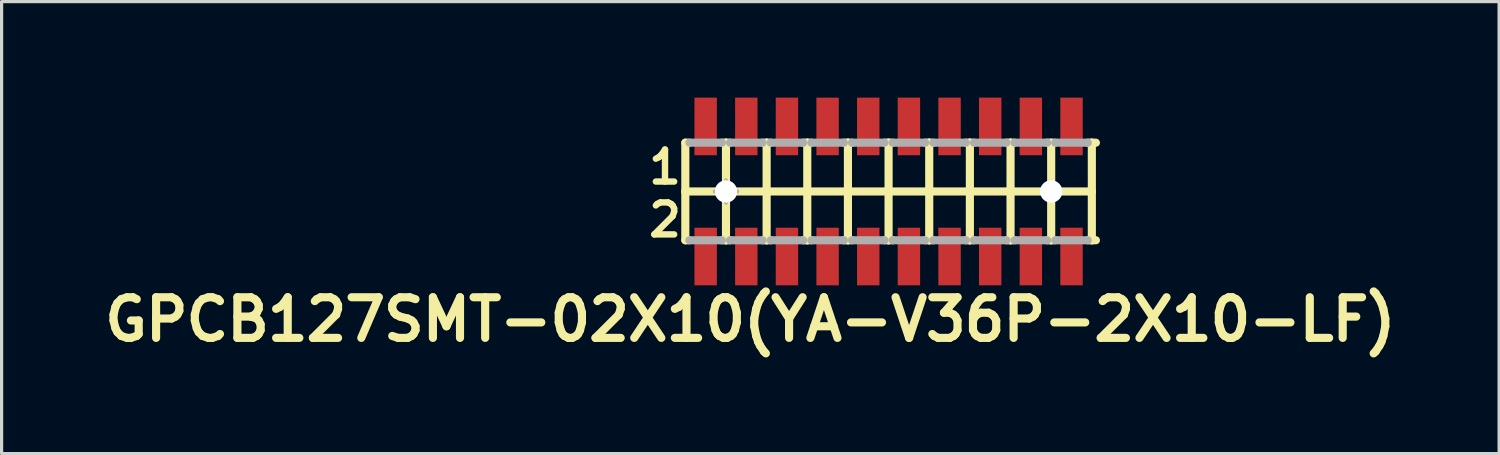
<source format=kicad_pcb>
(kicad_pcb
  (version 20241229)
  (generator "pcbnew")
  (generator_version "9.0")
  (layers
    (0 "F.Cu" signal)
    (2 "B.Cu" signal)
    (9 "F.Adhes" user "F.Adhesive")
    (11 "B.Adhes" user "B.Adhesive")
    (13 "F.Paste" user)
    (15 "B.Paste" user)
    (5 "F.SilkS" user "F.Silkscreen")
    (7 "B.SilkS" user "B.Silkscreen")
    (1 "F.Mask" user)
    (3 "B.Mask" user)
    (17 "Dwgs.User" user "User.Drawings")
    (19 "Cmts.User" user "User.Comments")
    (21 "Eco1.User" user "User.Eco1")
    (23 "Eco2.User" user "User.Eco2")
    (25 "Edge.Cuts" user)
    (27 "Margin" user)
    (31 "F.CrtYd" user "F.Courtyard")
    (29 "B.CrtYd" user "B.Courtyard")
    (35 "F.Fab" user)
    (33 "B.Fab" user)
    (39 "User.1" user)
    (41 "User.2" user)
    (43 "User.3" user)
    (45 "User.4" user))
  (footprint "GPCB127SMT-02X10(YA-V36P-2X10-LF)"
    (layer "F.Cu")
    (at 24.711 2.932)
    (property "Reference" "GPCB127SMT-02X10(YA-V36P-2X10-LF)" (at -4.318 4 0) (layer "F.SilkS") (effects (font (size 1.27 1.27) (thickness 0.254))))
    (attr smd)
    (fp_line (start -6.35 -1.524) (end -6.35 0) (stroke (width 0.254) (type solid)) (layer "F.SilkS"))
    (fp_line (start -6.35 0) (end -6.35 1.524) (stroke (width 0.254) (type solid)) (layer "F.SilkS"))
    (fp_line (start -6.35 0) (end -5.08 0) (stroke (width 0.254) (type solid)) (layer "F.SilkS"))
    (fp_line (start -6.35 1.524) (end -6.223 1.524) (stroke (width 0.254) (type solid)) (layer "F.SilkS"))
    (fp_line (start -6.223 -1.524) (end -6.35 -1.524) (stroke (width 0.254) (type solid)) (layer "F.SilkS"))
    (fp_line (start -5.207 -1.524) (end -5.08 -1.524) (stroke (width 0.254) (type solid)) (layer "F.SilkS"))
    (fp_line (start -5.207 1.524) (end -5.08 1.524) (stroke (width 0.254) (type solid)) (layer "F.SilkS"))
    (fp_line (start -5.08 -1.524) (end -4.953 -1.524) (stroke (width 0.254) (type solid)) (layer "F.SilkS"))
    (fp_line (start -5.08 0) (end -5.08 -1.524) (stroke (width 0.254) (type solid)) (layer "F.SilkS"))
    (fp_line (start -5.08 0) (end -3.81 0) (stroke (width 0.254) (type solid)) (layer "F.SilkS"))
    (fp_line (start -5.08 1.524) (end -5.08 0) (stroke (width 0.254) (type solid)) (layer "F.SilkS"))
    (fp_line (start -5.08 1.524) (end -4.953 1.524) (stroke (width 0.254) (type solid)) (layer "F.SilkS"))
    (fp_line (start -3.937 -1.524) (end -3.81 -1.524) (stroke (width 0.254) (type solid)) (layer "F.SilkS"))
    (fp_line (start -3.937 1.524) (end -3.81 1.524) (stroke (width 0.254) (type solid)) (layer "F.SilkS"))
    (fp_line (start -3.81 -1.524) (end -3.683 -1.524) (stroke (width 0.254) (type solid)) (layer "F.SilkS"))
    (fp_line (start -3.81 0) (end -3.81 -1.524) (stroke (width 0.254) (type solid)) (layer "F.SilkS"))
    (fp_line (start -3.81 0) (end -2.54 0) (stroke (width 0.254) (type solid)) (layer "F.SilkS"))
    (fp_line (start -3.81 1.524) (end -3.81 0) (stroke (width 0.254) (type solid)) (layer "F.SilkS"))
    (fp_line (start -3.81 1.524) (end -3.683 1.524) (stroke (width 0.254) (type solid)) (layer "F.SilkS"))
    (fp_line (start -2.667 -1.524) (end -2.54 -1.524) (stroke (width 0.254) (type solid)) (layer "F.SilkS"))
    (fp_line (start -2.667 1.524) (end -2.54 1.524) (stroke (width 0.254) (type solid)) (layer "F.SilkS"))
    (fp_line (start -2.54 -1.524) (end -2.413 -1.524) (stroke (width 0.254) (type solid)) (layer "F.SilkS"))
    (fp_line (start -2.54 0) (end -2.54 -1.524) (stroke (width 0.254) (type solid)) (layer "F.SilkS"))
    (fp_line (start -2.54 0) (end -1.27 0) (stroke (width 0.254) (type solid)) (layer "F.SilkS"))
    (fp_line (start -2.54 1.524) (end -2.54 0) (stroke (width 0.254) (type solid)) (layer "F.SilkS"))
    (fp_line (start -2.54 1.524) (end -2.413 1.524) (stroke (width 0.254) (type solid)) (layer "F.SilkS"))
    (fp_line (start -1.397 -1.524) (end -1.27 -1.524) (stroke (width 0.254) (type solid)) (layer "F.SilkS"))
    (fp_line (start -1.397 1.524) (end -1.27 1.524) (stroke (width 0.254) (type solid)) (layer "F.SilkS"))
    (fp_line (start -1.27 -1.524) (end -1.143 -1.524) (stroke (width 0.254) (type solid)) (layer "F.SilkS"))
    (fp_line (start -1.27 0) (end -1.27 -1.524) (stroke (width 0.254) (type solid)) (layer "F.SilkS"))
    (fp_line (start -1.27 0) (end 0 0) (stroke (width 0.254) (type solid)) (layer "F.SilkS"))
    (fp_line (start -1.27 1.524) (end -1.27 0) (stroke (width 0.254) (type solid)) (layer "F.SilkS"))
    (fp_line (start -1.27 1.524) (end -1.143 1.524) (stroke (width 0.254) (type solid)) (layer "F.SilkS"))
    (fp_line (start -0.127 -1.524) (end 0 -1.524) (stroke (width 0.254) (type solid)) (layer "F.SilkS"))
    (fp_line (start -0.127 1.524) (end 0 1.524) (stroke (width 0.254) (type solid)) (layer "F.SilkS"))
    (fp_line (start 0 -1.524) (end 0.127 -1.524) (stroke (width 0.254) (type solid)) (layer "F.SilkS"))
    (fp_line (start 0 0) (end 0 -1.524) (stroke (width 0.254) (type solid)) (layer "F.SilkS"))
    (fp_line (start 0 0) (end 1.27 0) (stroke (width 0.254) (type solid)) (layer "F.SilkS"))
    (fp_line (start 0 1.524) (end 0 0) (stroke (width 0.254) (type solid)) (layer "F.SilkS"))
    (fp_line (start 0 1.524) (end 0.127 1.524) (stroke (width 0.254) (type solid)) (layer "F.SilkS"))
    (fp_line (start 1.143 -1.524) (end 1.27 -1.524) (stroke (width 0.254) (type solid)) (layer "F.SilkS"))
    (fp_line (start 1.143 1.524) (end 1.27 1.524) (stroke (width 0.254) (type solid)) (layer "F.SilkS"))
    (fp_line (start 1.27 -1.524) (end 1.397 -1.524) (stroke (width 0.254) (type solid)) (layer "F.SilkS"))
    (fp_line (start 1.27 0) (end 1.27 -1.524) (stroke (width 0.254) (type solid)) (layer "F.SilkS"))
    (fp_line (start 1.27 0) (end 2.54 0) (stroke (width 0.254) (type solid)) (layer "F.SilkS"))
    (fp_line (start 1.27 1.524) (end 1.27 0) (stroke (width 0.254) (type solid)) (layer "F.SilkS"))
    (fp_line (start 1.27 1.524) (end 1.397 1.524) (stroke (width 0.254) (type solid)) (layer "F.SilkS"))
    (fp_line (start 2.413 -1.524) (end 2.54 -1.524) (stroke (width 0.254) (type solid)) (layer "F.SilkS"))
    (fp_line (start 2.413 1.524) (end 2.54 1.524) (stroke (width 0.254) (type solid)) (layer "F.SilkS"))
    (fp_line (start 2.54 -1.524) (end 2.667 -1.524) (stroke (width 0.254) (type solid)) (layer "F.SilkS"))
    (fp_line (start 2.54 0) (end 2.54 -1.524) (stroke (width 0.254) (type solid)) (layer "F.SilkS"))
    (fp_line (start 2.54 0) (end 3.81 0) (stroke (width 0.254) (type solid)) (layer "F.SilkS"))
    (fp_line (start 2.54 1.524) (end 2.54 0) (stroke (width 0.254) (type solid)) (layer "F.SilkS"))
    (fp_line (start 2.54 1.524) (end 2.667 1.524) (stroke (width 0.254) (type solid)) (layer "F.SilkS"))
    (fp_line (start 3.683 -1.524) (end 3.81 -1.524) (stroke (width 0.254) (type solid)) (layer "F.SilkS"))
    (fp_line (start 3.683 1.524) (end 3.81 1.524) (stroke (width 0.254) (type solid)) (layer "F.SilkS"))
    (fp_line (start 3.81 -1.524) (end 3.937 -1.524) (stroke (width 0.254) (type solid)) (layer "F.SilkS"))
    (fp_line (start 3.81 0) (end 3.81 -1.524) (stroke (width 0.254) (type solid)) (layer "F.SilkS"))
    (fp_line (start 3.81 0) (end 5.08 0) (stroke (width 0.254) (type solid)) (layer "F.SilkS"))
    (fp_line (start 3.81 1.524) (end 3.81 0) (stroke (width 0.254) (type solid)) (layer "F.SilkS"))
    (fp_line (start 3.81 1.524) (end 3.937 1.524) (stroke (width 0.254) (type solid)) (layer "F.SilkS"))
    (fp_line (start 4.953 -1.524) (end 5.207 -1.524) (stroke (width 0.254) (type solid)) (layer "F.SilkS"))
    (fp_line (start 4.953 1.524) (end 5.08 1.524) (stroke (width 0.254) (type solid)) (layer "F.SilkS"))
    (fp_line (start 5.08 0) (end 5.08 -1.524) (stroke (width 0.254) (type solid)) (layer "F.SilkS"))
    (fp_line (start 5.08 0) (end 6.35 0) (stroke (width 0.254) (type solid)) (layer "F.SilkS"))
    (fp_line (start 5.08 1.524) (end 5.08 0) (stroke (width 0.254) (type solid)) (layer "F.SilkS"))
    (fp_line (start 5.08 1.524) (end 5.207 1.524) (stroke (width 0.254) (type solid)) (layer "F.SilkS"))
    (fp_line (start 6.223 -1.524) (end 6.35 -1.524) (stroke (width 0.254) (type solid)) (layer "F.SilkS"))
    (fp_line (start 6.35 -1.524) (end 6.35 0) (stroke (width 0.254) (type solid)) (layer "F.SilkS"))
    (fp_line (start 6.35 0) (end 6.35 1.524) (stroke (width 0.254) (type solid)) (layer "F.SilkS"))
    (fp_line (start 6.35 1.524) (end 6.223 1.524) (stroke (width 0.254) (type solid)) (layer "F.SilkS"))
    (fp_line (start 6.35 1.524) (end 6.477 1.524) (stroke (width 0.254) (type solid)) (layer "F.SilkS"))
    (fp_line (start 6.477 -1.524) (end 6.35 -1.524) (stroke (width 0.254) (type solid)) (layer "F.SilkS"))
    (fp_line (start -6.223 -1.524) (end -5.207 -1.524) (stroke (width 0.254) (type solid)) (layer "F.Fab"))
    (fp_line (start -6.223 1.524) (end -5.207 1.524) (stroke (width 0.254) (type solid)) (layer "F.Fab"))
    (fp_line (start -5.428 0) (end -4.729 0) (stroke (width 0.127) (type solid)) (layer "F.Fab"))
    (fp_line (start -5.08 0.348) (end -5.08 -0.348) (stroke (width 0.127) (type solid)) (layer "F.Fab"))
    (fp_line (start -4.953 -1.524) (end -3.937 -1.524) (stroke (width 0.254) (type solid)) (layer "F.Fab"))
    (fp_line (start -4.953 1.524) (end -3.937 1.524) (stroke (width 0.254) (type solid)) (layer "F.Fab"))
    (fp_line (start -3.683 -1.524) (end -2.667 -1.524) (stroke (width 0.254) (type solid)) (layer "F.Fab"))
    (fp_line (start -3.683 1.524) (end -2.667 1.524) (stroke (width 0.254) (type solid)) (layer "F.Fab"))
    (fp_line (start -2.413 -1.524) (end -1.397 -1.524) (stroke (width 0.254) (type solid)) (layer "F.Fab"))
    (fp_line (start -2.413 1.524) (end -1.397 1.524) (stroke (width 0.254) (type solid)) (layer "F.Fab"))
    (fp_line (start -1.143 -1.524) (end -0.127 -1.524) (stroke (width 0.254) (type solid)) (layer "F.Fab"))
    (fp_line (start -1.143 1.524) (end -0.127 1.524) (stroke (width 0.254) (type solid)) (layer "F.Fab"))
    (fp_line (start 0.127 -1.524) (end 1.143 -1.524) (stroke (width 0.254) (type solid)) (layer "F.Fab"))
    (fp_line (start 0.127 1.524) (end 1.143 1.524) (stroke (width 0.254) (type solid)) (layer "F.Fab"))
    (fp_line (start 1.397 -1.524) (end 2.413 -1.524) (stroke (width 0.254) (type solid)) (layer "F.Fab"))
    (fp_line (start 1.397 1.524) (end 2.413 1.524) (stroke (width 0.254) (type solid)) (layer "F.Fab"))
    (fp_line (start 2.667 -1.524) (end 3.683 -1.524) (stroke (width 0.254) (type solid)) (layer "F.Fab"))
    (fp_line (start 2.667 1.524) (end 3.683 1.524) (stroke (width 0.254) (type solid)) (layer "F.Fab"))
    (fp_line (start 3.937 -1.524) (end 4.953 -1.524) (stroke (width 0.254) (type solid)) (layer "F.Fab"))
    (fp_line (start 3.937 1.524) (end 4.953 1.524) (stroke (width 0.254) (type solid)) (layer "F.Fab"))
    (fp_line (start 5.207 -1.524) (end 6.223 -1.524) (stroke (width 0.254) (type solid)) (layer "F.Fab"))
    (fp_line (start 5.207 1.524) (end 6.223 1.524) (stroke (width 0.254) (type solid)) (layer "F.Fab"))
    (fp_circle (center -5.08 0) (end -5.253 0.173) (stroke (width 0.127) (type solid)) (fill no) (layer "F.Fab"))
    (fp_text user "2" (at -6.985 0.889 0) (layer "F.SilkS") (effects (font (size 1 1) (thickness 0.2))))
    (fp_text user "1" (at -6.985 -0.762 0) (layer "F.SilkS") (effects (font (size 1 1) (thickness 0.2))))
    (pad "" np_thru_hole circle (at -5.08 0 90) (size 0.7 0.7) (drill 0.7) (layers "*.Cu" "*.Mask"))
    (pad "" np_thru_hole circle (at 5.08 0 90) (size 0.7 0.7) (drill 0.7) (layers "*.Cu" "*.Mask"))
    (pad "1" smd rect (at -5.715 -2.032 270) (size 1.8 0.7) (layers "F.Cu" "F.Mask" "F.Paste"))
    (pad "2" smd rect (at -5.715 2.032 270) (size 1.8 0.7) (layers "F.Cu" "F.Mask" "F.Paste"))
    (pad "3" smd rect (at -4.445 -2.032 270) (size 1.8 0.7) (layers "F.Cu" "F.Mask" "F.Paste"))
    (pad "4" smd rect (at -4.445 2.032 270) (size 1.8 0.7) (layers "F.Cu" "F.Mask" "F.Paste"))
    (pad "5" smd rect (at -3.175 -2.032 270) (size 1.8 0.7) (layers "F.Cu" "F.Mask" "F.Paste"))
    (pad "6" smd rect (at -3.175 2.032 270) (size 1.8 0.7) (layers "F.Cu" "F.Mask" "F.Paste"))
    (pad "7" smd rect (at -1.905 -2.032 270) (size 1.8 0.7) (layers "F.Cu" "F.Mask" "F.Paste"))
    (pad "8" smd rect (at -1.905 2.032 270) (size 1.8 0.7) (layers "F.Cu" "F.Mask" "F.Paste"))
    (pad "9" smd rect (at -0.635 -2.032 270) (size 1.8 0.7) (layers "F.Cu" "F.Mask" "F.Paste"))
    (pad "10" smd rect (at -0.635 2.032 270) (size 1.8 0.7) (layers "F.Cu" "F.Mask" "F.Paste"))
    (pad "11" smd rect (at 0.635 -2.032 270) (size 1.8 0.7) (layers "F.Cu" "F.Mask" "F.Paste"))
    (pad "12" smd rect (at 0.635 2.032 270) (size 1.8 0.7) (layers "F.Cu" "F.Mask" "F.Paste"))
    (pad "13" smd rect (at 1.905 -2.032 90) (size 1.8 0.7) (layers "F.Cu" "F.Mask" "F.Paste"))
    (pad "14" smd rect (at 1.905 2.032 90) (size 1.8 0.7) (layers "F.Cu" "F.Mask" "F.Paste"))
    (pad "15" smd rect (at 3.175 -2.032 90) (size 1.8 0.7) (layers "F.Cu" "F.Mask" "F.Paste"))
    (pad "16" smd rect (at 3.175 2.032 90) (size 1.8 0.7) (layers "F.Cu" "F.Mask" "F.Paste"))
    (pad "17" smd rect (at 4.445 -2.032 90) (size 1.8 0.7) (layers "F.Cu" "F.Mask" "F.Paste"))
    (pad "18" smd rect (at 4.445 2.032 90) (size 1.8 0.7) (layers "F.Cu" "F.Mask" "F.Paste"))
    (pad "19" smd rect (at 5.715 -2.032 90) (size 1.8 0.7) (layers "F.Cu" "F.Mask" "F.Paste"))
    (pad "20" smd rect (at 5.715 2.032 90) (size 1.8 0.7) (layers "F.Cu" "F.Mask" "F.Paste")))
  (gr_rect
    (start -3 -3)
    (end 43.785 11.121)
    (stroke (width 0.1) (type default))
    (fill no)
    (layer "Edge.Cuts")))
</source>
